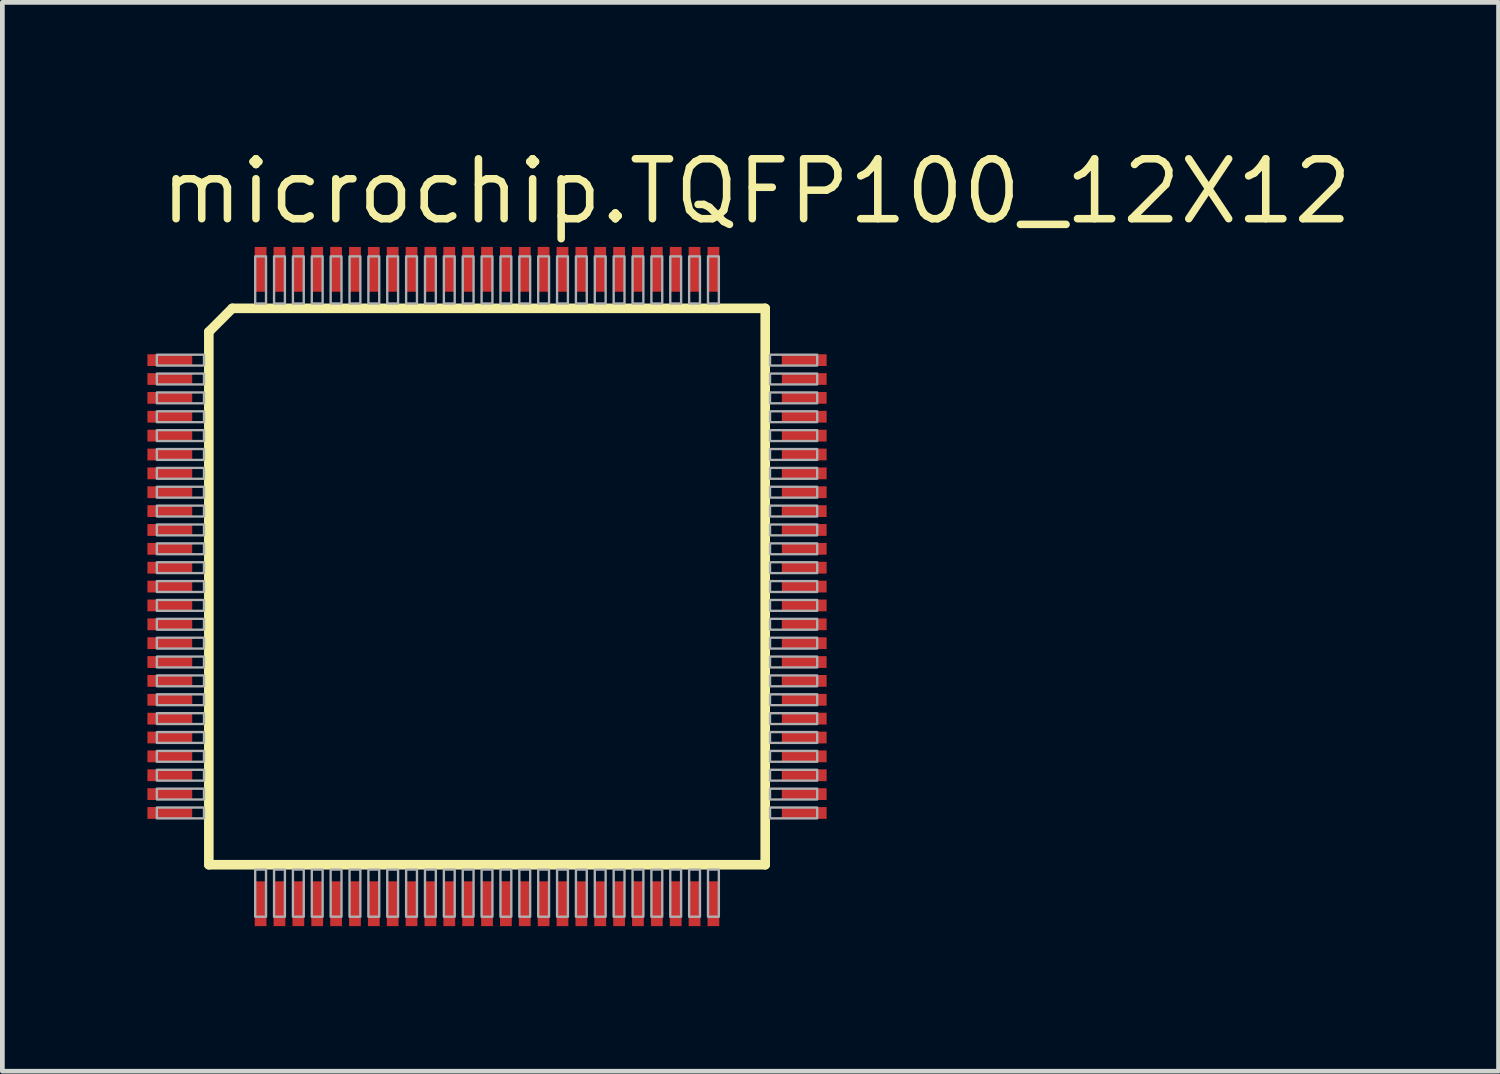
<source format=kicad_pcb>
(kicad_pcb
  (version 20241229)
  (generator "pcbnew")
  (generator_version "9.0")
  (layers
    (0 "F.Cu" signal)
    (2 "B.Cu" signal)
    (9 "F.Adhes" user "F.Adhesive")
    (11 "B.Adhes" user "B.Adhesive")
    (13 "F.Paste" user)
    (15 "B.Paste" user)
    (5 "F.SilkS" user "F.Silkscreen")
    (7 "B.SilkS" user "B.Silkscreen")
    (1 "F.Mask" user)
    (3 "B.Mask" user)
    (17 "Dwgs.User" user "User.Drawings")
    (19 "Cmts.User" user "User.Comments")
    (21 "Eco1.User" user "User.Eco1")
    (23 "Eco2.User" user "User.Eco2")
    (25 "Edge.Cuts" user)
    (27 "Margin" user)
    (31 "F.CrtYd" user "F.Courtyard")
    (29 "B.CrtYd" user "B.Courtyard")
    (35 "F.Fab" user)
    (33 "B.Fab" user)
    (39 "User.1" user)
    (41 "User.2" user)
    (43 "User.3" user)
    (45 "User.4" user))
  (footprint "microchip.TQFP100_12X12"
    (layer "F.Cu")
    (at 7.275 9.385)
    (property "Reference" "microchip.TQFP100_12X12" (at -7 -7.635 0) (layer "F.SilkS") (effects (font (size 1.27 1.27) (thickness 0.16)) (justify left bottom)))
    (attr smd)
    (fp_rect (start -7.25 -4.65) (end -6.2 -4.95) (stroke (width 0.05) (type default)) (fill yes) (layer "F.Mask"))
    (fp_rect (start -7.25 -4.25) (end -6.2 -4.55) (stroke (width 0.05) (type default)) (fill yes) (layer "F.Mask"))
    (fp_rect (start -7.25 -3.85) (end -6.2 -4.15) (stroke (width 0.05) (type default)) (fill yes) (layer "F.Mask"))
    (fp_rect (start -7.25 -3.45) (end -6.2 -3.75) (stroke (width 0.05) (type default)) (fill yes) (layer "F.Mask"))
    (fp_rect (start -7.25 -3.05) (end -6.2 -3.35) (stroke (width 0.05) (type default)) (fill yes) (layer "F.Mask"))
    (fp_rect (start -7.25 -2.65) (end -6.2 -2.95) (stroke (width 0.05) (type default)) (fill yes) (layer "F.Mask"))
    (fp_rect (start -7.25 -2.25) (end -6.2 -2.55) (stroke (width 0.05) (type default)) (fill yes) (layer "F.Mask"))
    (fp_rect (start -7.25 -1.85) (end -6.2 -2.15) (stroke (width 0.05) (type default)) (fill yes) (layer "F.Mask"))
    (fp_rect (start -7.25 -1.45) (end -6.2 -1.75) (stroke (width 0.05) (type default)) (fill yes) (layer "F.Mask"))
    (fp_rect (start -7.25 -1.05) (end -6.2 -1.35) (stroke (width 0.05) (type default)) (fill yes) (layer "F.Mask"))
    (fp_rect (start -7.25 -0.65) (end -6.2 -0.95) (stroke (width 0.05) (type default)) (fill yes) (layer "F.Mask"))
    (fp_rect (start -7.25 -0.25) (end -6.2 -0.55) (stroke (width 0.05) (type default)) (fill yes) (layer "F.Mask"))
    (fp_rect (start -7.25 0.15) (end -6.2 -0.15) (stroke (width 0.05) (type default)) (fill yes) (layer "F.Mask"))
    (fp_rect (start -7.25 0.55) (end -6.2 0.25) (stroke (width 0.05) (type default)) (fill yes) (layer "F.Mask"))
    (fp_rect (start -7.25 0.95) (end -6.2 0.65) (stroke (width 0.05) (type default)) (fill yes) (layer "F.Mask"))
    (fp_rect (start -7.25 1.35) (end -6.2 1.05) (stroke (width 0.05) (type default)) (fill yes) (layer "F.Mask"))
    (fp_rect (start -7.25 1.75) (end -6.2 1.45) (stroke (width 0.05) (type default)) (fill yes) (layer "F.Mask"))
    (fp_rect (start -7.25 2.15) (end -6.2 1.85) (stroke (width 0.05) (type default)) (fill yes) (layer "F.Mask"))
    (fp_rect (start -7.25 2.55) (end -6.2 2.25) (stroke (width 0.05) (type default)) (fill yes) (layer "F.Mask"))
    (fp_rect (start -7.25 2.95) (end -6.2 2.65) (stroke (width 0.05) (type default)) (fill yes) (layer "F.Mask"))
    (fp_rect (start -7.25 3.35) (end -6.2 3.05) (stroke (width 0.05) (type default)) (fill yes) (layer "F.Mask"))
    (fp_rect (start -7.25 3.75) (end -6.2 3.45) (stroke (width 0.05) (type default)) (fill yes) (layer "F.Mask"))
    (fp_rect (start -7.25 4.15) (end -6.2 3.85) (stroke (width 0.05) (type default)) (fill yes) (layer "F.Mask"))
    (fp_rect (start -7.25 4.55) (end -6.2 4.25) (stroke (width 0.05) (type default)) (fill yes) (layer "F.Mask"))
    (fp_rect (start -7.25 4.95) (end -6.2 4.65) (stroke (width 0.05) (type default)) (fill yes) (layer "F.Mask"))
    (fp_rect (start -4.95 -6.2) (end -4.65 -7.25) (stroke (width 0.05) (type default)) (fill yes) (layer "F.Mask"))
    (fp_rect (start -4.95 7.25) (end -4.65 6.2) (stroke (width 0.05) (type default)) (fill yes) (layer "F.Mask"))
    (fp_rect (start -4.55 -6.2) (end -4.25 -7.25) (stroke (width 0.05) (type default)) (fill yes) (layer "F.Mask"))
    (fp_rect (start -4.55 7.25) (end -4.25 6.2) (stroke (width 0.05) (type default)) (fill yes) (layer "F.Mask"))
    (fp_rect (start -4.15 -6.2) (end -3.85 -7.25) (stroke (width 0.05) (type default)) (fill yes) (layer "F.Mask"))
    (fp_rect (start -4.15 7.25) (end -3.85 6.2) (stroke (width 0.05) (type default)) (fill yes) (layer "F.Mask"))
    (fp_rect (start -3.75 -6.2) (end -3.45 -7.25) (stroke (width 0.05) (type default)) (fill yes) (layer "F.Mask"))
    (fp_rect (start -3.75 7.25) (end -3.45 6.2) (stroke (width 0.05) (type default)) (fill yes) (layer "F.Mask"))
    (fp_rect (start -3.35 -6.2) (end -3.05 -7.25) (stroke (width 0.05) (type default)) (fill yes) (layer "F.Mask"))
    (fp_rect (start -3.35 7.25) (end -3.05 6.2) (stroke (width 0.05) (type default)) (fill yes) (layer "F.Mask"))
    (fp_rect (start -2.95 -6.2) (end -2.65 -7.25) (stroke (width 0.05) (type default)) (fill yes) (layer "F.Mask"))
    (fp_rect (start -2.95 7.25) (end -2.65 6.2) (stroke (width 0.05) (type default)) (fill yes) (layer "F.Mask"))
    (fp_rect (start -2.55 -6.2) (end -2.25 -7.25) (stroke (width 0.05) (type default)) (fill yes) (layer "F.Mask"))
    (fp_rect (start -2.55 7.25) (end -2.25 6.2) (stroke (width 0.05) (type default)) (fill yes) (layer "F.Mask"))
    (fp_rect (start -2.15 -6.2) (end -1.85 -7.25) (stroke (width 0.05) (type default)) (fill yes) (layer "F.Mask"))
    (fp_rect (start -2.15 7.25) (end -1.85 6.2) (stroke (width 0.05) (type default)) (fill yes) (layer "F.Mask"))
    (fp_rect (start -1.75 -6.2) (end -1.45 -7.25) (stroke (width 0.05) (type default)) (fill yes) (layer "F.Mask"))
    (fp_rect (start -1.75 7.25) (end -1.45 6.2) (stroke (width 0.05) (type default)) (fill yes) (layer "F.Mask"))
    (fp_rect (start -1.35 -6.2) (end -1.05 -7.25) (stroke (width 0.05) (type default)) (fill yes) (layer "F.Mask"))
    (fp_rect (start -1.35 7.25) (end -1.05 6.2) (stroke (width 0.05) (type default)) (fill yes) (layer "F.Mask"))
    (fp_rect (start -0.95 -6.2) (end -0.65 -7.25) (stroke (width 0.05) (type default)) (fill yes) (layer "F.Mask"))
    (fp_rect (start -0.95 7.25) (end -0.65 6.2) (stroke (width 0.05) (type default)) (fill yes) (layer "F.Mask"))
    (fp_rect (start -0.55 -6.2) (end -0.25 -7.25) (stroke (width 0.05) (type default)) (fill yes) (layer "F.Mask"))
    (fp_rect (start -0.55 7.25) (end -0.25 6.2) (stroke (width 0.05) (type default)) (fill yes) (layer "F.Mask"))
    (fp_rect (start -0.15 -6.2) (end 0.15 -7.25) (stroke (width 0.05) (type default)) (fill yes) (layer "F.Mask"))
    (fp_rect (start -0.15 7.25) (end 0.15 6.2) (stroke (width 0.05) (type default)) (fill yes) (layer "F.Mask"))
    (fp_rect (start 0.25 -6.2) (end 0.55 -7.25) (stroke (width 0.05) (type default)) (fill yes) (layer "F.Mask"))
    (fp_rect (start 0.25 7.25) (end 0.55 6.2) (stroke (width 0.05) (type default)) (fill yes) (layer "F.Mask"))
    (fp_rect (start 0.65 -6.2) (end 0.95 -7.25) (stroke (width 0.05) (type default)) (fill yes) (layer "F.Mask"))
    (fp_rect (start 0.65 7.25) (end 0.95 6.2) (stroke (width 0.05) (type default)) (fill yes) (layer "F.Mask"))
    (fp_rect (start 1.05 -6.2) (end 1.35 -7.25) (stroke (width 0.05) (type default)) (fill yes) (layer "F.Mask"))
    (fp_rect (start 1.05 7.25) (end 1.35 6.2) (stroke (width 0.05) (type default)) (fill yes) (layer "F.Mask"))
    (fp_rect (start 1.45 -6.2) (end 1.75 -7.25) (stroke (width 0.05) (type default)) (fill yes) (layer "F.Mask"))
    (fp_rect (start 1.45 7.25) (end 1.75 6.2) (stroke (width 0.05) (type default)) (fill yes) (layer "F.Mask"))
    (fp_rect (start 1.85 -6.2) (end 2.15 -7.25) (stroke (width 0.05) (type default)) (fill yes) (layer "F.Mask"))
    (fp_rect (start 1.85 7.25) (end 2.15 6.2) (stroke (width 0.05) (type default)) (fill yes) (layer "F.Mask"))
    (fp_rect (start 2.25 -6.2) (end 2.55 -7.25) (stroke (width 0.05) (type default)) (fill yes) (layer "F.Mask"))
    (fp_rect (start 2.25 7.25) (end 2.55 6.2) (stroke (width 0.05) (type default)) (fill yes) (layer "F.Mask"))
    (fp_rect (start 2.65 -6.2) (end 2.95 -7.25) (stroke (width 0.05) (type default)) (fill yes) (layer "F.Mask"))
    (fp_rect (start 2.65 7.25) (end 2.95 6.2) (stroke (width 0.05) (type default)) (fill yes) (layer "F.Mask"))
    (fp_rect (start 3.05 -6.2) (end 3.35 -7.25) (stroke (width 0.05) (type default)) (fill yes) (layer "F.Mask"))
    (fp_rect (start 3.05 7.25) (end 3.35 6.2) (stroke (width 0.05) (type default)) (fill yes) (layer "F.Mask"))
    (fp_rect (start 3.45 -6.2) (end 3.75 -7.25) (stroke (width 0.05) (type default)) (fill yes) (layer "F.Mask"))
    (fp_rect (start 3.45 7.25) (end 3.75 6.2) (stroke (width 0.05) (type default)) (fill yes) (layer "F.Mask"))
    (fp_rect (start 3.85 -6.2) (end 4.15 -7.25) (stroke (width 0.05) (type default)) (fill yes) (layer "F.Mask"))
    (fp_rect (start 3.85 7.25) (end 4.15 6.2) (stroke (width 0.05) (type default)) (fill yes) (layer "F.Mask"))
    (fp_rect (start 4.25 -6.2) (end 4.55 -7.25) (stroke (width 0.05) (type default)) (fill yes) (layer "F.Mask"))
    (fp_rect (start 4.25 7.25) (end 4.55 6.2) (stroke (width 0.05) (type default)) (fill yes) (layer "F.Mask"))
    (fp_rect (start 4.65 -6.2) (end 4.95 -7.25) (stroke (width 0.05) (type default)) (fill yes) (layer "F.Mask"))
    (fp_rect (start 4.65 7.25) (end 4.95 6.2) (stroke (width 0.05) (type default)) (fill yes) (layer "F.Mask"))
    (fp_rect (start 6.2 -4.65) (end 7.25 -4.95) (stroke (width 0.05) (type default)) (fill yes) (layer "F.Mask"))
    (fp_rect (start 6.2 -4.25) (end 7.25 -4.55) (stroke (width 0.05) (type default)) (fill yes) (layer "F.Mask"))
    (fp_rect (start 6.2 -3.85) (end 7.25 -4.15) (stroke (width 0.05) (type default)) (fill yes) (layer "F.Mask"))
    (fp_rect (start 6.2 -3.45) (end 7.25 -3.75) (stroke (width 0.05) (type default)) (fill yes) (layer "F.Mask"))
    (fp_rect (start 6.2 -3.05) (end 7.25 -3.35) (stroke (width 0.05) (type default)) (fill yes) (layer "F.Mask"))
    (fp_rect (start 6.2 -2.65) (end 7.25 -2.95) (stroke (width 0.05) (type default)) (fill yes) (layer "F.Mask"))
    (fp_rect (start 6.2 -2.25) (end 7.25 -2.55) (stroke (width 0.05) (type default)) (fill yes) (layer "F.Mask"))
    (fp_rect (start 6.2 -1.85) (end 7.25 -2.15) (stroke (width 0.05) (type default)) (fill yes) (layer "F.Mask"))
    (fp_rect (start 6.2 -1.45) (end 7.25 -1.75) (stroke (width 0.05) (type default)) (fill yes) (layer "F.Mask"))
    (fp_rect (start 6.2 -1.05) (end 7.25 -1.35) (stroke (width 0.05) (type default)) (fill yes) (layer "F.Mask"))
    (fp_rect (start 6.2 -0.65) (end 7.25 -0.95) (stroke (width 0.05) (type default)) (fill yes) (layer "F.Mask"))
    (fp_rect (start 6.2 -0.25) (end 7.25 -0.55) (stroke (width 0.05) (type default)) (fill yes) (layer "F.Mask"))
    (fp_rect (start 6.2 0.15) (end 7.25 -0.15) (stroke (width 0.05) (type default)) (fill yes) (layer "F.Mask"))
    (fp_rect (start 6.2 0.55) (end 7.25 0.25) (stroke (width 0.05) (type default)) (fill yes) (layer "F.Mask"))
    (fp_rect (start 6.2 0.95) (end 7.25 0.65) (stroke (width 0.05) (type default)) (fill yes) (layer "F.Mask"))
    (fp_rect (start 6.2 1.35) (end 7.25 1.05) (stroke (width 0.05) (type default)) (fill yes) (layer "F.Mask"))
    (fp_rect (start 6.2 1.75) (end 7.25 1.45) (stroke (width 0.05) (type default)) (fill yes) (layer "F.Mask"))
    (fp_rect (start 6.2 2.15) (end 7.25 1.85) (stroke (width 0.05) (type default)) (fill yes) (layer "F.Mask"))
    (fp_rect (start 6.2 2.55) (end 7.25 2.25) (stroke (width 0.05) (type default)) (fill yes) (layer "F.Mask"))
    (fp_rect (start 6.2 2.95) (end 7.25 2.65) (stroke (width 0.05) (type default)) (fill yes) (layer "F.Mask"))
    (fp_rect (start 6.2 3.35) (end 7.25 3.05) (stroke (width 0.05) (type default)) (fill yes) (layer "F.Mask"))
    (fp_rect (start 6.2 3.75) (end 7.25 3.45) (stroke (width 0.05) (type default)) (fill yes) (layer "F.Mask"))
    (fp_rect (start 6.2 4.15) (end 7.25 3.85) (stroke (width 0.05) (type default)) (fill yes) (layer "F.Mask"))
    (fp_rect (start 6.2 4.55) (end 7.25 4.25) (stroke (width 0.05) (type default)) (fill yes) (layer "F.Mask"))
    (fp_rect (start 6.2 4.95) (end 7.25 4.65) (stroke (width 0.05) (type default)) (fill yes) (layer "F.Mask"))
    (fp_line (start -5.898 -5.4) (end -5.898 5.898) (stroke (width 0.203) (type default)) (layer "F.SilkS"))
    (fp_line (start -5.898 -5.4) (end -5.4 -5.898) (stroke (width 0.203) (type default)) (layer "F.SilkS"))
    (fp_line (start -5.898 5.898) (end 5.898 5.898) (stroke (width 0.203) (type default)) (layer "F.SilkS"))
    (fp_line (start 5.898 -5.898) (end -5.4 -5.898) (stroke (width 0.203) (type default)) (layer "F.SilkS"))
    (fp_line (start 5.898 5.898) (end 5.898 -5.898) (stroke (width 0.203) (type default)) (layer "F.SilkS"))
    (fp_rect (start -7 -4.685) (end -6 -4.915) (stroke (width 0.05) (type default)) (fill no) (layer "F.Fab"))
    (fp_rect (start -7 -4.285) (end -6 -4.515) (stroke (width 0.05) (type default)) (fill no) (layer "F.Fab"))
    (fp_rect (start -7 -3.885) (end -6 -4.115) (stroke (width 0.05) (type default)) (fill no) (layer "F.Fab"))
    (fp_rect (start -7 -3.485) (end -6 -3.715) (stroke (width 0.05) (type default)) (fill no) (layer "F.Fab"))
    (fp_rect (start -7 -3.085) (end -6 -3.315) (stroke (width 0.05) (type default)) (fill no) (layer "F.Fab"))
    (fp_rect (start -7 -2.685) (end -6 -2.915) (stroke (width 0.05) (type default)) (fill no) (layer "F.Fab"))
    (fp_rect (start -7 -2.285) (end -6 -2.515) (stroke (width 0.05) (type default)) (fill no) (layer "F.Fab"))
    (fp_rect (start -7 -1.885) (end -6 -2.115) (stroke (width 0.05) (type default)) (fill no) (layer "F.Fab"))
    (fp_rect (start -7 -1.485) (end -6 -1.715) (stroke (width 0.05) (type default)) (fill no) (layer "F.Fab"))
    (fp_rect (start -7 -1.085) (end -6 -1.315) (stroke (width 0.05) (type default)) (fill no) (layer "F.Fab"))
    (fp_rect (start -7 -0.685) (end -6 -0.915) (stroke (width 0.05) (type default)) (fill no) (layer "F.Fab"))
    (fp_rect (start -7 -0.285) (end -6 -0.515) (stroke (width 0.05) (type default)) (fill no) (layer "F.Fab"))
    (fp_rect (start -7 0.115) (end -6 -0.115) (stroke (width 0.05) (type default)) (fill no) (layer "F.Fab"))
    (fp_rect (start -7 0.515) (end -6 0.285) (stroke (width 0.05) (type default)) (fill no) (layer "F.Fab"))
    (fp_rect (start -7 0.915) (end -6 0.685) (stroke (width 0.05) (type default)) (fill no) (layer "F.Fab"))
    (fp_rect (start -7 1.315) (end -6 1.085) (stroke (width 0.05) (type default)) (fill no) (layer "F.Fab"))
    (fp_rect (start -7 1.715) (end -6 1.485) (stroke (width 0.05) (type default)) (fill no) (layer "F.Fab"))
    (fp_rect (start -7 2.115) (end -6 1.885) (stroke (width 0.05) (type default)) (fill no) (layer "F.Fab"))
    (fp_rect (start -7 2.515) (end -6 2.285) (stroke (width 0.05) (type default)) (fill no) (layer "F.Fab"))
    (fp_rect (start -7 2.915) (end -6 2.685) (stroke (width 0.05) (type default)) (fill no) (layer "F.Fab"))
    (fp_rect (start -7 3.315) (end -6 3.085) (stroke (width 0.05) (type default)) (fill no) (layer "F.Fab"))
    (fp_rect (start -7 3.715) (end -6 3.485) (stroke (width 0.05) (type default)) (fill no) (layer "F.Fab"))
    (fp_rect (start -7 4.115) (end -6 3.885) (stroke (width 0.05) (type default)) (fill no) (layer "F.Fab"))
    (fp_rect (start -7 4.515) (end -6 4.285) (stroke (width 0.05) (type default)) (fill no) (layer "F.Fab"))
    (fp_rect (start -7 4.915) (end -6 4.685) (stroke (width 0.05) (type default)) (fill no) (layer "F.Fab"))
    (fp_rect (start -4.915 -6) (end -4.685 -7) (stroke (width 0.05) (type default)) (fill no) (layer "F.Fab"))
    (fp_rect (start -4.915 7) (end -4.685 6) (stroke (width 0.05) (type default)) (fill no) (layer "F.Fab"))
    (fp_rect (start -4.515 -6) (end -4.285 -7) (stroke (width 0.05) (type default)) (fill no) (layer "F.Fab"))
    (fp_rect (start -4.515 7) (end -4.285 6) (stroke (width 0.05) (type default)) (fill no) (layer "F.Fab"))
    (fp_rect (start -4.115 -6) (end -3.885 -7) (stroke (width 0.05) (type default)) (fill no) (layer "F.Fab"))
    (fp_rect (start -4.115 7) (end -3.885 6) (stroke (width 0.05) (type default)) (fill no) (layer "F.Fab"))
    (fp_rect (start -3.715 -6) (end -3.485 -7) (stroke (width 0.05) (type default)) (fill no) (layer "F.Fab"))
    (fp_rect (start -3.715 7) (end -3.485 6) (stroke (width 0.05) (type default)) (fill no) (layer "F.Fab"))
    (fp_rect (start -3.315 -6) (end -3.085 -7) (stroke (width 0.05) (type default)) (fill no) (layer "F.Fab"))
    (fp_rect (start -3.315 7) (end -3.085 6) (stroke (width 0.05) (type default)) (fill no) (layer "F.Fab"))
    (fp_rect (start -2.915 -6) (end -2.685 -7) (stroke (width 0.05) (type default)) (fill no) (layer "F.Fab"))
    (fp_rect (start -2.915 7) (end -2.685 6) (stroke (width 0.05) (type default)) (fill no) (layer "F.Fab"))
    (fp_rect (start -2.515 -6) (end -2.285 -7) (stroke (width 0.05) (type default)) (fill no) (layer "F.Fab"))
    (fp_rect (start -2.515 7) (end -2.285 6) (stroke (width 0.05) (type default)) (fill no) (layer "F.Fab"))
    (fp_rect (start -2.115 -6) (end -1.885 -7) (stroke (width 0.05) (type default)) (fill no) (layer "F.Fab"))
    (fp_rect (start -2.115 7) (end -1.885 6) (stroke (width 0.05) (type default)) (fill no) (layer "F.Fab"))
    (fp_rect (start -1.715 -6) (end -1.485 -7) (stroke (width 0.05) (type default)) (fill no) (layer "F.Fab"))
    (fp_rect (start -1.715 7) (end -1.485 6) (stroke (width 0.05) (type default)) (fill no) (layer "F.Fab"))
    (fp_rect (start -1.315 -6) (end -1.085 -7) (stroke (width 0.05) (type default)) (fill no) (layer "F.Fab"))
    (fp_rect (start -1.315 7) (end -1.085 6) (stroke (width 0.05) (type default)) (fill no) (layer "F.Fab"))
    (fp_rect (start -0.915 -6) (end -0.685 -7) (stroke (width 0.05) (type default)) (fill no) (layer "F.Fab"))
    (fp_rect (start -0.915 7) (end -0.685 6) (stroke (width 0.05) (type default)) (fill no) (layer "F.Fab"))
    (fp_rect (start -0.515 -6) (end -0.285 -7) (stroke (width 0.05) (type default)) (fill no) (layer "F.Fab"))
    (fp_rect (start -0.515 7) (end -0.285 6) (stroke (width 0.05) (type default)) (fill no) (layer "F.Fab"))
    (fp_rect (start -0.115 -6) (end 0.115 -7) (stroke (width 0.05) (type default)) (fill no) (layer "F.Fab"))
    (fp_rect (start -0.115 7) (end 0.115 6) (stroke (width 0.05) (type default)) (fill no) (layer "F.Fab"))
    (fp_rect (start 0.285 -6) (end 0.515 -7) (stroke (width 0.05) (type default)) (fill no) (layer "F.Fab"))
    (fp_rect (start 0.285 7) (end 0.515 6) (stroke (width 0.05) (type default)) (fill no) (layer "F.Fab"))
    (fp_rect (start 0.685 -6) (end 0.915 -7) (stroke (width 0.05) (type default)) (fill no) (layer "F.Fab"))
    (fp_rect (start 0.685 7) (end 0.915 6) (stroke (width 0.05) (type default)) (fill no) (layer "F.Fab"))
    (fp_rect (start 1.085 -6) (end 1.315 -7) (stroke (width 0.05) (type default)) (fill no) (layer "F.Fab"))
    (fp_rect (start 1.085 7) (end 1.315 6) (stroke (width 0.05) (type default)) (fill no) (layer "F.Fab"))
    (fp_rect (start 1.485 -6) (end 1.715 -7) (stroke (width 0.05) (type default)) (fill no) (layer "F.Fab"))
    (fp_rect (start 1.485 7) (end 1.715 6) (stroke (width 0.05) (type default)) (fill no) (layer "F.Fab"))
    (fp_rect (start 1.885 -6) (end 2.115 -7) (stroke (width 0.05) (type default)) (fill no) (layer "F.Fab"))
    (fp_rect (start 1.885 7) (end 2.115 6) (stroke (width 0.05) (type default)) (fill no) (layer "F.Fab"))
    (fp_rect (start 2.285 -6) (end 2.515 -7) (stroke (width 0.05) (type default)) (fill no) (layer "F.Fab"))
    (fp_rect (start 2.285 7) (end 2.515 6) (stroke (width 0.05) (type default)) (fill no) (layer "F.Fab"))
    (fp_rect (start 2.685 -6) (end 2.915 -7) (stroke (width 0.05) (type default)) (fill no) (layer "F.Fab"))
    (fp_rect (start 2.685 7) (end 2.915 6) (stroke (width 0.05) (type default)) (fill no) (layer "F.Fab"))
    (fp_rect (start 3.085 -6) (end 3.315 -7) (stroke (width 0.05) (type default)) (fill no) (layer "F.Fab"))
    (fp_rect (start 3.085 7) (end 3.315 6) (stroke (width 0.05) (type default)) (fill no) (layer "F.Fab"))
    (fp_rect (start 3.485 -6) (end 3.715 -7) (stroke (width 0.05) (type default)) (fill no) (layer "F.Fab"))
    (fp_rect (start 3.485 7) (end 3.715 6) (stroke (width 0.05) (type default)) (fill no) (layer "F.Fab"))
    (fp_rect (start 3.885 -6) (end 4.115 -7) (stroke (width 0.05) (type default)) (fill no) (layer "F.Fab"))
    (fp_rect (start 3.885 7) (end 4.115 6) (stroke (width 0.05) (type default)) (fill no) (layer "F.Fab"))
    (fp_rect (start 4.285 -6) (end 4.515 -7) (stroke (width 0.05) (type default)) (fill no) (layer "F.Fab"))
    (fp_rect (start 4.285 7) (end 4.515 6) (stroke (width 0.05) (type default)) (fill no) (layer "F.Fab"))
    (fp_rect (start 4.685 -6) (end 4.915 -7) (stroke (width 0.05) (type default)) (fill no) (layer "F.Fab"))
    (fp_rect (start 4.685 7) (end 4.915 6) (stroke (width 0.05) (type default)) (fill no) (layer "F.Fab"))
    (fp_rect (start 6 -4.685) (end 7 -4.915) (stroke (width 0.05) (type default)) (fill no) (layer "F.Fab"))
    (fp_rect (start 6 -4.285) (end 7 -4.515) (stroke (width 0.05) (type default)) (fill no) (layer "F.Fab"))
    (fp_rect (start 6 -3.885) (end 7 -4.115) (stroke (width 0.05) (type default)) (fill no) (layer "F.Fab"))
    (fp_rect (start 6 -3.485) (end 7 -3.715) (stroke (width 0.05) (type default)) (fill no) (layer "F.Fab"))
    (fp_rect (start 6 -3.085) (end 7 -3.315) (stroke (width 0.05) (type default)) (fill no) (layer "F.Fab"))
    (fp_rect (start 6 -2.685) (end 7 -2.915) (stroke (width 0.05) (type default)) (fill no) (layer "F.Fab"))
    (fp_rect (start 6 -2.285) (end 7 -2.515) (stroke (width 0.05) (type default)) (fill no) (layer "F.Fab"))
    (fp_rect (start 6 -1.885) (end 7 -2.115) (stroke (width 0.05) (type default)) (fill no) (layer "F.Fab"))
    (fp_rect (start 6 -1.485) (end 7 -1.715) (stroke (width 0.05) (type default)) (fill no) (layer "F.Fab"))
    (fp_rect (start 6 -1.085) (end 7 -1.315) (stroke (width 0.05) (type default)) (fill no) (layer "F.Fab"))
    (fp_rect (start 6 -0.685) (end 7 -0.915) (stroke (width 0.05) (type default)) (fill no) (layer "F.Fab"))
    (fp_rect (start 6 -0.285) (end 7 -0.515) (stroke (width 0.05) (type default)) (fill no) (layer "F.Fab"))
    (fp_rect (start 6 0.115) (end 7 -0.115) (stroke (width 0.05) (type default)) (fill no) (layer "F.Fab"))
    (fp_rect (start 6 0.515) (end 7 0.285) (stroke (width 0.05) (type default)) (fill no) (layer "F.Fab"))
    (fp_rect (start 6 0.915) (end 7 0.685) (stroke (width 0.05) (type default)) (fill no) (layer "F.Fab"))
    (fp_rect (start 6 1.315) (end 7 1.085) (stroke (width 0.05) (type default)) (fill no) (layer "F.Fab"))
    (fp_rect (start 6 1.715) (end 7 1.485) (stroke (width 0.05) (type default)) (fill no) (layer "F.Fab"))
    (fp_rect (start 6 2.115) (end 7 1.885) (stroke (width 0.05) (type default)) (fill no) (layer "F.Fab"))
    (fp_rect (start 6 2.515) (end 7 2.285) (stroke (width 0.05) (type default)) (fill no) (layer "F.Fab"))
    (fp_rect (start 6 2.915) (end 7 2.685) (stroke (width 0.05) (type default)) (fill no) (layer "F.Fab"))
    (fp_rect (start 6 3.315) (end 7 3.085) (stroke (width 0.05) (type default)) (fill no) (layer "F.Fab"))
    (fp_rect (start 6 3.715) (end 7 3.485) (stroke (width 0.05) (type default)) (fill no) (layer "F.Fab"))
    (fp_rect (start 6 4.115) (end 7 3.885) (stroke (width 0.05) (type default)) (fill no) (layer "F.Fab"))
    (fp_rect (start 6 4.515) (end 7 4.285) (stroke (width 0.05) (type default)) (fill no) (layer "F.Fab"))
    (fp_rect (start 6 4.915) (end 7 4.685) (stroke (width 0.05) (type default)) (fill no) (layer "F.Fab"))
    (pad "1" smd roundrect (at -6.725 -4.8) (size 0.95 0.25) (layers "F.Cu" "F.Mask" "F.Paste") (roundrect_rratio 0.01))
    (pad "2" smd roundrect (at -6.725 -4.4) (size 0.95 0.25) (layers "F.Cu" "F.Mask" "F.Paste") (roundrect_rratio 0.01))
    (pad "3" smd roundrect (at -6.725 -4) (size 0.95 0.25) (layers "F.Cu" "F.Mask" "F.Paste") (roundrect_rratio 0.01))
    (pad "4" smd roundrect (at -6.725 -3.6) (size 0.95 0.25) (layers "F.Cu" "F.Mask" "F.Paste") (roundrect_rratio 0.01))
    (pad "5" smd roundrect (at -6.725 -3.2) (size 0.95 0.25) (layers "F.Cu" "F.Mask" "F.Paste") (roundrect_rratio 0.01))
    (pad "6" smd roundrect (at -6.725 -2.8) (size 0.95 0.25) (layers "F.Cu" "F.Mask" "F.Paste") (roundrect_rratio 0.01))
    (pad "7" smd roundrect (at -6.725 -2.4) (size 0.95 0.25) (layers "F.Cu" "F.Mask" "F.Paste") (roundrect_rratio 0.01))
    (pad "8" smd roundrect (at -6.725 -2) (size 0.95 0.25) (layers "F.Cu" "F.Mask" "F.Paste") (roundrect_rratio 0.01))
    (pad "9" smd roundrect (at -6.725 -1.6) (size 0.95 0.25) (layers "F.Cu" "F.Mask" "F.Paste") (roundrect_rratio 0.01))
    (pad "10" smd roundrect (at -6.725 -1.2) (size 0.95 0.25) (layers "F.Cu" "F.Mask" "F.Paste") (roundrect_rratio 0.01))
    (pad "11" smd roundrect (at -6.725 -0.8) (size 0.95 0.25) (layers "F.Cu" "F.Mask" "F.Paste") (roundrect_rratio 0.01))
    (pad "12" smd roundrect (at -6.725 -0.4) (size 0.95 0.25) (layers "F.Cu" "F.Mask" "F.Paste") (roundrect_rratio 0.01))
    (pad "13" smd roundrect (at -6.725 0) (size 0.95 0.25) (layers "F.Cu" "F.Mask" "F.Paste") (roundrect_rratio 0.01))
    (pad "14" smd roundrect (at -6.725 0.4) (size 0.95 0.25) (layers "F.Cu" "F.Mask" "F.Paste") (roundrect_rratio 0.01))
    (pad "15" smd roundrect (at -6.725 0.8) (size 0.95 0.25) (layers "F.Cu" "F.Mask" "F.Paste") (roundrect_rratio 0.01))
    (pad "16" smd roundrect (at -6.725 1.2) (size 0.95 0.25) (layers "F.Cu" "F.Mask" "F.Paste") (roundrect_rratio 0.01))
    (pad "17" smd roundrect (at -6.725 1.6) (size 0.95 0.25) (layers "F.Cu" "F.Mask" "F.Paste") (roundrect_rratio 0.01))
    (pad "18" smd roundrect (at -6.725 2) (size 0.95 0.25) (layers "F.Cu" "F.Mask" "F.Paste") (roundrect_rratio 0.01))
    (pad "19" smd roundrect (at -6.725 2.4) (size 0.95 0.25) (layers "F.Cu" "F.Mask" "F.Paste") (roundrect_rratio 0.01))
    (pad "20" smd roundrect (at -6.725 2.8) (size 0.95 0.25) (layers "F.Cu" "F.Mask" "F.Paste") (roundrect_rratio 0.01))
    (pad "21" smd roundrect (at -6.725 3.2) (size 0.95 0.25) (layers "F.Cu" "F.Mask" "F.Paste") (roundrect_rratio 0.01))
    (pad "22" smd roundrect (at -6.725 3.6) (size 0.95 0.25) (layers "F.Cu" "F.Mask" "F.Paste") (roundrect_rratio 0.01))
    (pad "23" smd roundrect (at -6.725 4) (size 0.95 0.25) (layers "F.Cu" "F.Mask" "F.Paste") (roundrect_rratio 0.01))
    (pad "24" smd roundrect (at -6.725 4.4) (size 0.95 0.25) (layers "F.Cu" "F.Mask" "F.Paste") (roundrect_rratio 0.01))
    (pad "25" smd roundrect (at -6.725 4.8) (size 0.95 0.25) (layers "F.Cu" "F.Mask" "F.Paste") (roundrect_rratio 0.01))
    (pad "26" smd roundrect (at -4.8 6.725) (size 0.25 0.95) (layers "F.Cu" "F.Mask" "F.Paste") (roundrect_rratio 0.01))
    (pad "27" smd roundrect (at -4.4 6.725) (size 0.25 0.95) (layers "F.Cu" "F.Mask" "F.Paste") (roundrect_rratio 0.01))
    (pad "28" smd roundrect (at -4 6.725) (size 0.25 0.95) (layers "F.Cu" "F.Mask" "F.Paste") (roundrect_rratio 0.01))
    (pad "29" smd roundrect (at -3.6 6.725) (size 0.25 0.95) (layers "F.Cu" "F.Mask" "F.Paste") (roundrect_rratio 0.01))
    (pad "30" smd roundrect (at -3.2 6.725) (size 0.25 0.95) (layers "F.Cu" "F.Mask" "F.Paste") (roundrect_rratio 0.01))
    (pad "31" smd roundrect (at -2.8 6.725) (size 0.25 0.95) (layers "F.Cu" "F.Mask" "F.Paste") (roundrect_rratio 0.01))
    (pad "32" smd roundrect (at -2.4 6.725) (size 0.25 0.95) (layers "F.Cu" "F.Mask" "F.Paste") (roundrect_rratio 0.01))
    (pad "33" smd roundrect (at -2 6.725) (size 0.25 0.95) (layers "F.Cu" "F.Mask" "F.Paste") (roundrect_rratio 0.01))
    (pad "34" smd roundrect (at -1.6 6.725) (size 0.25 0.95) (layers "F.Cu" "F.Mask" "F.Paste") (roundrect_rratio 0.01))
    (pad "35" smd roundrect (at -1.2 6.725) (size 0.25 0.95) (layers "F.Cu" "F.Mask" "F.Paste") (roundrect_rratio 0.01))
    (pad "36" smd roundrect (at -0.8 6.725) (size 0.25 0.95) (layers "F.Cu" "F.Mask" "F.Paste") (roundrect_rratio 0.01))
    (pad "37" smd roundrect (at -0.4 6.725) (size 0.25 0.95) (layers "F.Cu" "F.Mask" "F.Paste") (roundrect_rratio 0.01))
    (pad "38" smd roundrect (at 0 6.725) (size 0.25 0.95) (layers "F.Cu" "F.Mask" "F.Paste") (roundrect_rratio 0.01))
    (pad "39" smd roundrect (at 0.4 6.725) (size 0.25 0.95) (layers "F.Cu" "F.Mask" "F.Paste") (roundrect_rratio 0.01))
    (pad "40" smd roundrect (at 0.8 6.725) (size 0.25 0.95) (layers "F.Cu" "F.Mask" "F.Paste") (roundrect_rratio 0.01))
    (pad "41" smd roundrect (at 1.2 6.725) (size 0.25 0.95) (layers "F.Cu" "F.Mask" "F.Paste") (roundrect_rratio 0.01))
    (pad "42" smd roundrect (at 1.6 6.725) (size 0.25 0.95) (layers "F.Cu" "F.Mask" "F.Paste") (roundrect_rratio 0.01))
    (pad "43" smd roundrect (at 2 6.725) (size 0.25 0.95) (layers "F.Cu" "F.Mask" "F.Paste") (roundrect_rratio 0.01))
    (pad "44" smd roundrect (at 2.4 6.725) (size 0.25 0.95) (layers "F.Cu" "F.Mask" "F.Paste") (roundrect_rratio 0.01))
    (pad "45" smd roundrect (at 2.8 6.725) (size 0.25 0.95) (layers "F.Cu" "F.Mask" "F.Paste") (roundrect_rratio 0.01))
    (pad "46" smd roundrect (at 3.2 6.725) (size 0.25 0.95) (layers "F.Cu" "F.Mask" "F.Paste") (roundrect_rratio 0.01))
    (pad "47" smd roundrect (at 3.6 6.725) (size 0.25 0.95) (layers "F.Cu" "F.Mask" "F.Paste") (roundrect_rratio 0.01))
    (pad "48" smd roundrect (at 4 6.725) (size 0.25 0.95) (layers "F.Cu" "F.Mask" "F.Paste") (roundrect_rratio 0.01))
    (pad "49" smd roundrect (at 4.4 6.725) (size 0.25 0.95) (layers "F.Cu" "F.Mask" "F.Paste") (roundrect_rratio 0.01))
    (pad "50" smd roundrect (at 4.8 6.725) (size 0.25 0.95) (layers "F.Cu" "F.Mask" "F.Paste") (roundrect_rratio 0.01))
    (pad "51" smd roundrect (at 6.725 4.8) (size 0.95 0.25) (layers "F.Cu" "F.Mask" "F.Paste") (roundrect_rratio 0.01))
    (pad "52" smd roundrect (at 6.725 4.4) (size 0.95 0.25) (layers "F.Cu" "F.Mask" "F.Paste") (roundrect_rratio 0.01))
    (pad "53" smd roundrect (at 6.725 4) (size 0.95 0.25) (layers "F.Cu" "F.Mask" "F.Paste") (roundrect_rratio 0.01))
    (pad "54" smd roundrect (at 6.725 3.6) (size 0.95 0.25) (layers "F.Cu" "F.Mask" "F.Paste") (roundrect_rratio 0.01))
    (pad "55" smd roundrect (at 6.725 3.2) (size 0.95 0.25) (layers "F.Cu" "F.Mask" "F.Paste") (roundrect_rratio 0.01))
    (pad "56" smd roundrect (at 6.725 2.8) (size 0.95 0.25) (layers "F.Cu" "F.Mask" "F.Paste") (roundrect_rratio 0.01))
    (pad "57" smd roundrect (at 6.725 2.4) (size 0.95 0.25) (layers "F.Cu" "F.Mask" "F.Paste") (roundrect_rratio 0.01))
    (pad "58" smd roundrect (at 6.725 2) (size 0.95 0.25) (layers "F.Cu" "F.Mask" "F.Paste") (roundrect_rratio 0.01))
    (pad "59" smd roundrect (at 6.725 1.6) (size 0.95 0.25) (layers "F.Cu" "F.Mask" "F.Paste") (roundrect_rratio 0.01))
    (pad "60" smd roundrect (at 6.725 1.2) (size 0.95 0.25) (layers "F.Cu" "F.Mask" "F.Paste") (roundrect_rratio 0.01))
    (pad "61" smd roundrect (at 6.725 0.8) (size 0.95 0.25) (layers "F.Cu" "F.Mask" "F.Paste") (roundrect_rratio 0.01))
    (pad "62" smd roundrect (at 6.725 0.4) (size 0.95 0.25) (layers "F.Cu" "F.Mask" "F.Paste") (roundrect_rratio 0.01))
    (pad "63" smd roundrect (at 6.725 0) (size 0.95 0.25) (layers "F.Cu" "F.Mask" "F.Paste") (roundrect_rratio 0.01))
    (pad "64" smd roundrect (at 6.725 -0.4) (size 0.95 0.25) (layers "F.Cu" "F.Mask" "F.Paste") (roundrect_rratio 0.01))
    (pad "65" smd roundrect (at 6.725 -0.8) (size 0.95 0.25) (layers "F.Cu" "F.Mask" "F.Paste") (roundrect_rratio 0.01))
    (pad "66" smd roundrect (at 6.725 -1.2) (size 0.95 0.25) (layers "F.Cu" "F.Mask" "F.Paste") (roundrect_rratio 0.01))
    (pad "67" smd roundrect (at 6.725 -1.6) (size 0.95 0.25) (layers "F.Cu" "F.Mask" "F.Paste") (roundrect_rratio 0.01))
    (pad "68" smd roundrect (at 6.725 -2) (size 0.95 0.25) (layers "F.Cu" "F.Mask" "F.Paste") (roundrect_rratio 0.01))
    (pad "69" smd roundrect (at 6.725 -2.4) (size 0.95 0.25) (layers "F.Cu" "F.Mask" "F.Paste") (roundrect_rratio 0.01))
    (pad "70" smd roundrect (at 6.725 -2.8) (size 0.95 0.25) (layers "F.Cu" "F.Mask" "F.Paste") (roundrect_rratio 0.01))
    (pad "71" smd roundrect (at 6.725 -3.2) (size 0.95 0.25) (layers "F.Cu" "F.Mask" "F.Paste") (roundrect_rratio 0.01))
    (pad "72" smd roundrect (at 6.725 -3.6) (size 0.95 0.25) (layers "F.Cu" "F.Mask" "F.Paste") (roundrect_rratio 0.01))
    (pad "73" smd roundrect (at 6.725 -4) (size 0.95 0.25) (layers "F.Cu" "F.Mask" "F.Paste") (roundrect_rratio 0.01))
    (pad "74" smd roundrect (at 6.725 -4.4) (size 0.95 0.25) (layers "F.Cu" "F.Mask" "F.Paste") (roundrect_rratio 0.01))
    (pad "75" smd roundrect (at 6.725 -4.8) (size 0.95 0.25) (layers "F.Cu" "F.Mask" "F.Paste") (roundrect_rratio 0.01))
    (pad "76" smd roundrect (at 4.8 -6.725) (size 0.25 0.95) (layers "F.Cu" "F.Mask" "F.Paste") (roundrect_rratio 0.01))
    (pad "77" smd roundrect (at 4.4 -6.725) (size 0.25 0.95) (layers "F.Cu" "F.Mask" "F.Paste") (roundrect_rratio 0.01))
    (pad "78" smd roundrect (at 4 -6.725) (size 0.25 0.95) (layers "F.Cu" "F.Mask" "F.Paste") (roundrect_rratio 0.01))
    (pad "79" smd roundrect (at 3.6 -6.725) (size 0.25 0.95) (layers "F.Cu" "F.Mask" "F.Paste") (roundrect_rratio 0.01))
    (pad "80" smd roundrect (at 3.2 -6.725) (size 0.25 0.95) (layers "F.Cu" "F.Mask" "F.Paste") (roundrect_rratio 0.01))
    (pad "81" smd roundrect (at 2.8 -6.725) (size 0.25 0.95) (layers "F.Cu" "F.Mask" "F.Paste") (roundrect_rratio 0.01))
    (pad "82" smd roundrect (at 2.4 -6.725) (size 0.25 0.95) (layers "F.Cu" "F.Mask" "F.Paste") (roundrect_rratio 0.01))
    (pad "83" smd roundrect (at 2 -6.725) (size 0.25 0.95) (layers "F.Cu" "F.Mask" "F.Paste") (roundrect_rratio 0.01))
    (pad "84" smd roundrect (at 1.6 -6.725) (size 0.25 0.95) (layers "F.Cu" "F.Mask" "F.Paste") (roundrect_rratio 0.01))
    (pad "85" smd roundrect (at 1.2 -6.725) (size 0.25 0.95) (layers "F.Cu" "F.Mask" "F.Paste") (roundrect_rratio 0.01))
    (pad "86" smd roundrect (at 0.8 -6.725) (size 0.25 0.95) (layers "F.Cu" "F.Mask" "F.Paste") (roundrect_rratio 0.01))
    (pad "87" smd roundrect (at 0.4 -6.725) (size 0.25 0.95) (layers "F.Cu" "F.Mask" "F.Paste") (roundrect_rratio 0.01))
    (pad "88" smd roundrect (at 0 -6.725) (size 0.25 0.95) (layers "F.Cu" "F.Mask" "F.Paste") (roundrect_rratio 0.01))
    (pad "89" smd roundrect (at -0.4 -6.725) (size 0.25 0.95) (layers "F.Cu" "F.Mask" "F.Paste") (roundrect_rratio 0.01))
    (pad "90" smd roundrect (at -0.8 -6.725) (size 0.25 0.95) (layers "F.Cu" "F.Mask" "F.Paste") (roundrect_rratio 0.01))
    (pad "91" smd roundrect (at -1.2 -6.725) (size 0.25 0.95) (layers "F.Cu" "F.Mask" "F.Paste") (roundrect_rratio 0.01))
    (pad "92" smd roundrect (at -1.6 -6.725) (size 0.25 0.95) (layers "F.Cu" "F.Mask" "F.Paste") (roundrect_rratio 0.01))
    (pad "93" smd roundrect (at -2 -6.725) (size 0.25 0.95) (layers "F.Cu" "F.Mask" "F.Paste") (roundrect_rratio 0.01))
    (pad "94" smd roundrect (at -2.4 -6.725) (size 0.25 0.95) (layers "F.Cu" "F.Mask" "F.Paste") (roundrect_rratio 0.01))
    (pad "95" smd roundrect (at -2.8 -6.725) (size 0.25 0.95) (layers "F.Cu" "F.Mask" "F.Paste") (roundrect_rratio 0.01))
    (pad "96" smd roundrect (at -3.2 -6.725) (size 0.25 0.95) (layers "F.Cu" "F.Mask" "F.Paste") (roundrect_rratio 0.01))
    (pad "97" smd roundrect (at -3.6 -6.725) (size 0.25 0.95) (layers "F.Cu" "F.Mask" "F.Paste") (roundrect_rratio 0.01))
    (pad "98" smd roundrect (at -4 -6.725) (size 0.25 0.95) (layers "F.Cu" "F.Mask" "F.Paste") (roundrect_rratio 0.01))
    (pad "99" smd roundrect (at -4.4 -6.725) (size 0.25 0.95) (layers "F.Cu" "F.Mask" "F.Paste") (roundrect_rratio 0.01))
    (pad "100" smd roundrect (at -4.8 -6.725) (size 0.25 0.95) (layers "F.Cu" "F.Mask" "F.Paste") (roundrect_rratio 0.01)))
  (gr_rect
    (start -3 -3)
    (end 28.72 19.66)
    (stroke (width 0.1) (type default))
    (fill no)
    (layer "Edge.Cuts")))
</source>
